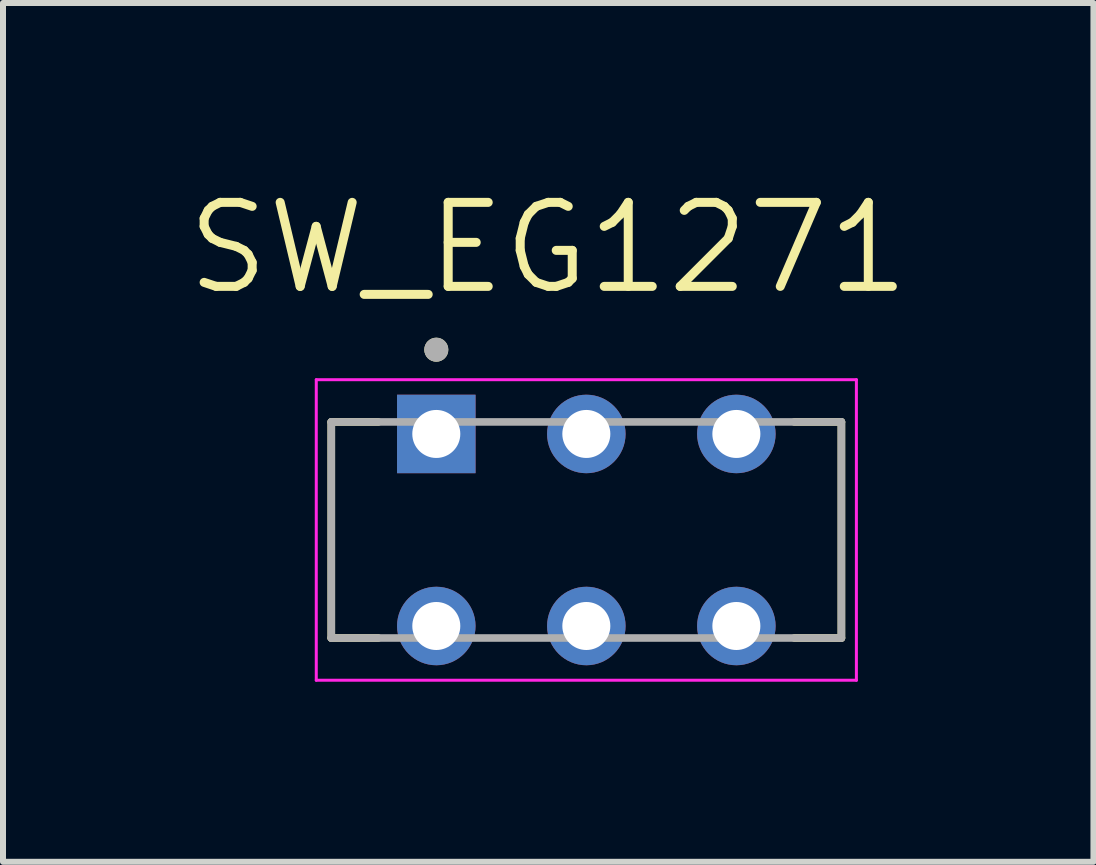
<source format=kicad_pcb>
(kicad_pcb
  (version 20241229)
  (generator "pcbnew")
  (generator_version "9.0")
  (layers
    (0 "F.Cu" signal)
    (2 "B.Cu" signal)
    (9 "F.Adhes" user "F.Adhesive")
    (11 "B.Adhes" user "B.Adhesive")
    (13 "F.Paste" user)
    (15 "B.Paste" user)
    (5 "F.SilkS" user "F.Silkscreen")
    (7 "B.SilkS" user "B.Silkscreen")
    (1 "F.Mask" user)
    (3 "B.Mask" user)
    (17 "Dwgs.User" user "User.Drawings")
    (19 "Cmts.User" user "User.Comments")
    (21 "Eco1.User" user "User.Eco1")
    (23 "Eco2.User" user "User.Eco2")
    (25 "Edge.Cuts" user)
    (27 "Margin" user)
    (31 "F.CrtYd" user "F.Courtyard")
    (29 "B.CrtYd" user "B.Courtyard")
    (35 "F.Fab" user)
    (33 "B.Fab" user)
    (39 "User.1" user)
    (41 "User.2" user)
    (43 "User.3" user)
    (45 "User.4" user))
  (footprint "SW_EG1271"
    (layer "F.Cu")
    (at 6.72 5.781)
    (property "Reference" "SW_EG1271" (at -0.635 -4.699 0) (layer "F.SilkS") (effects (font (size 1.4 1.4) (thickness 0.15))))
    (attr through_hole)
    (fp_line (start -4.25 -1.8) (end -3.467 -1.8) (stroke (width 0.127) (type solid)) (layer "F.SilkS"))
    (fp_line (start -4.25 1.8) (end -4.25 -1.8) (stroke (width 0.127) (type solid)) (layer "F.SilkS"))
    (fp_line (start -4.25 1.8) (end -3.467 1.8) (stroke (width 0.127) (type solid)) (layer "F.SilkS"))
    (fp_line (start 4.25 -1.8) (end 3.467 -1.8) (stroke (width 0.127) (type solid)) (layer "F.SilkS"))
    (fp_line (start 4.25 -1.8) (end 4.25 1.8) (stroke (width 0.127) (type solid)) (layer "F.SilkS"))
    (fp_line (start 4.25 1.8) (end 3.467 1.8) (stroke (width 0.127) (type solid)) (layer "F.SilkS"))
    (fp_circle (center -2.5 -3.004) (end -2.4 -3.004) (stroke (width 0.2) (type solid)) (fill no) (layer "F.SilkS"))
    (fp_line (start -4.5 -2.504) (end 4.5 -2.504) (stroke (width 0.05) (type solid)) (layer "F.CrtYd"))
    (fp_line (start -4.5 2.504) (end -4.5 -2.504) (stroke (width 0.05) (type solid)) (layer "F.CrtYd"))
    (fp_line (start 4.5 -2.504) (end 4.5 2.504) (stroke (width 0.05) (type solid)) (layer "F.CrtYd"))
    (fp_line (start 4.5 2.504) (end -4.5 2.504) (stroke (width 0.05) (type solid)) (layer "F.CrtYd"))
    (fp_line (start -4.25 -1.8) (end 4.25 -1.8) (stroke (width 0.127) (type solid)) (layer "F.Fab"))
    (fp_line (start -4.25 1.8) (end -4.25 -1.8) (stroke (width 0.127) (type solid)) (layer "F.Fab"))
    (fp_line (start 4.25 -1.8) (end 4.25 1.8) (stroke (width 0.127) (type solid)) (layer "F.Fab"))
    (fp_line (start 4.25 1.8) (end -4.25 1.8) (stroke (width 0.127) (type solid)) (layer "F.Fab"))
    (fp_circle (center -2.5 -3.004) (end -2.4 -3.004) (stroke (width 0.2) (type solid)) (fill no) (layer "F.Fab"))
    (pad "1" thru_hole rect (at -2.5 -1.6) (size 1.308 1.308) (drill 0.8) (layers "*.Cu" "*.Mask"))
    (pad "2" thru_hole circle (at 0 -1.6) (size 1.308 1.308) (drill 0.8) (layers "*.Cu" "*.Mask"))
    (pad "3" thru_hole circle (at 2.5 -1.6) (size 1.308 1.308) (drill 0.8) (layers "*.Cu" "*.Mask"))
    (pad "4" thru_hole circle (at -2.5 1.6) (size 1.308 1.308) (drill 0.8) (layers "*.Cu" "*.Mask"))
    (pad "5" thru_hole circle (at 0 1.6) (size 1.308 1.308) (drill 0.8) (layers "*.Cu" "*.Mask"))
    (pad "6" thru_hole circle (at 2.5 1.6) (size 1.308 1.308) (drill 0.8) (layers "*.Cu" "*.Mask")))
  (gr_rect
    (start -3 -3)
    (end 15.17 11.31)
    (stroke (width 0.1) (type default))
    (fill no)
    (layer "Edge.Cuts")))
</source>
